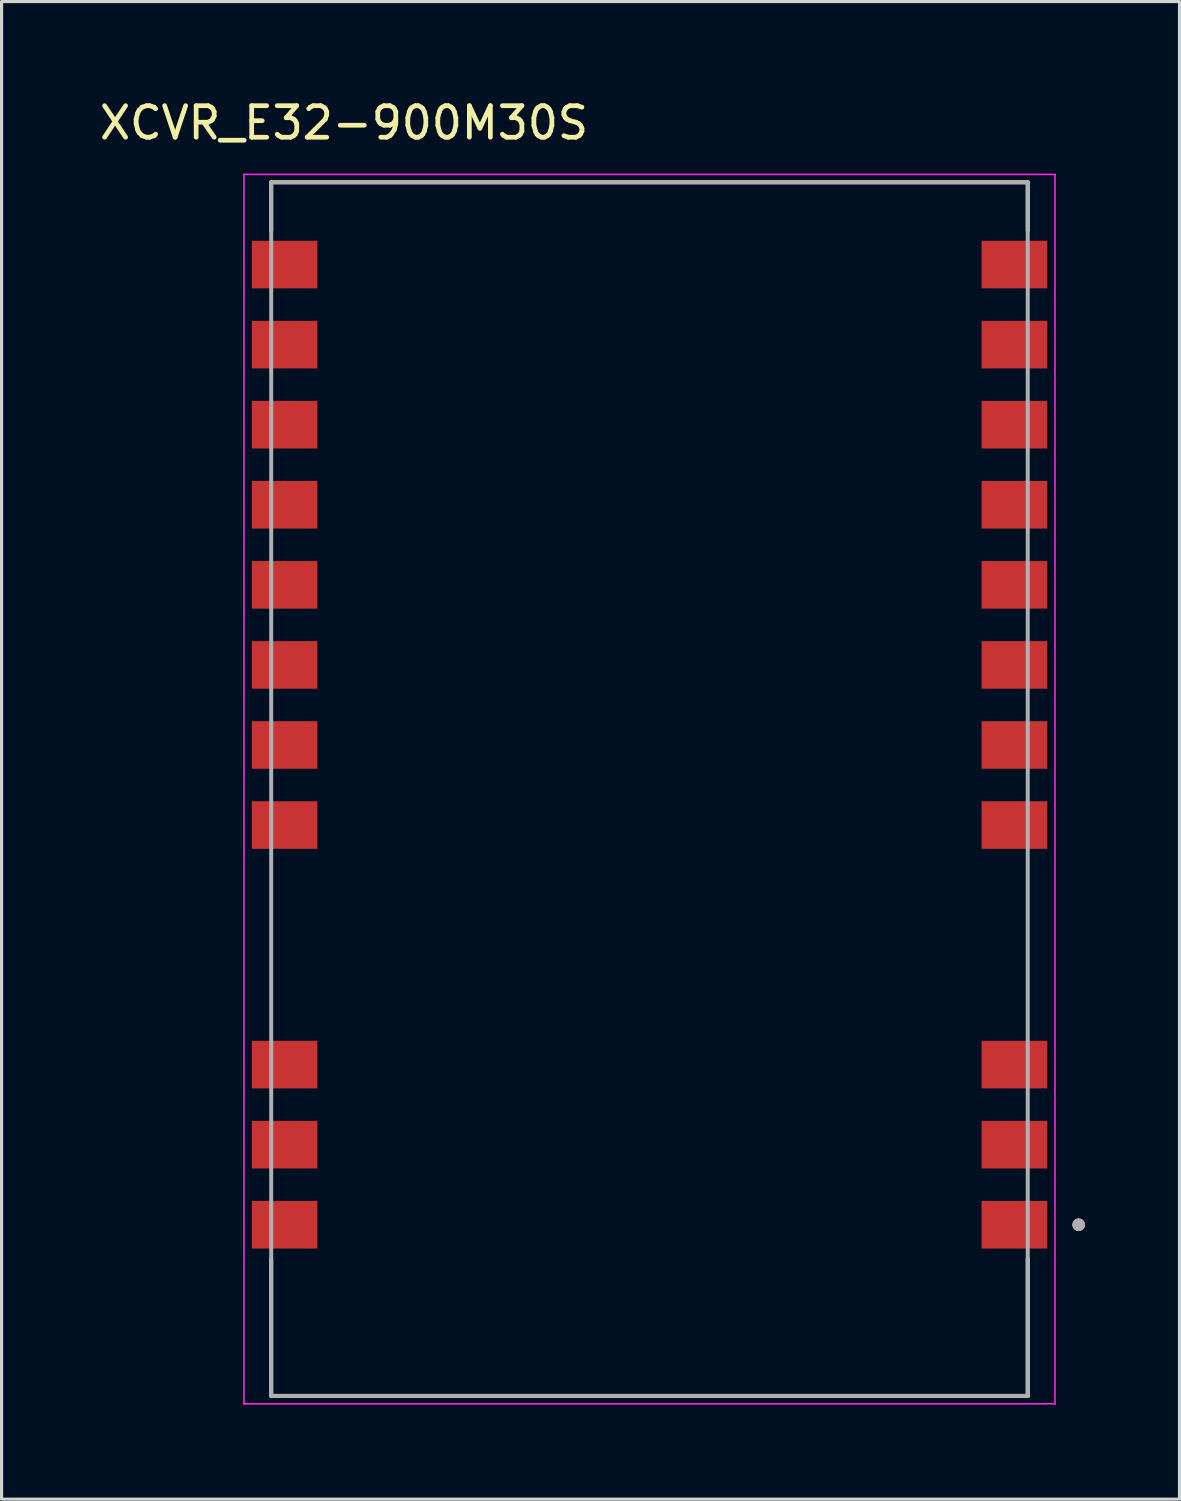
<source format=kicad_pcb>
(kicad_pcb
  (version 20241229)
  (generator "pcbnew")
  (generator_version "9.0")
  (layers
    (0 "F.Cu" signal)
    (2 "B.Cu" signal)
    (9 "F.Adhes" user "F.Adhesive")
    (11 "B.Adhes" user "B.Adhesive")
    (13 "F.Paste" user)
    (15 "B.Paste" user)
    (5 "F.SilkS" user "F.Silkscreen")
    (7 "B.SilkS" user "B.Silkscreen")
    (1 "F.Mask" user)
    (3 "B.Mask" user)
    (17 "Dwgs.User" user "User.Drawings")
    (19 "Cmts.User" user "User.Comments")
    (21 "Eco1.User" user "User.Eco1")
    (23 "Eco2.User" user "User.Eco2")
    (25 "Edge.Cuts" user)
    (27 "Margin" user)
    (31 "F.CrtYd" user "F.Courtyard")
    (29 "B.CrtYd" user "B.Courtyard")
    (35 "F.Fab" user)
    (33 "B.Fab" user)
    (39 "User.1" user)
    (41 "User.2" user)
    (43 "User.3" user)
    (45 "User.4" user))
  (footprint "XCVR_E32-900M30S"
    (layer "F.Cu")
    (at 17.553 21.983)
    (property "Reference" "XCVR_E32-900M30S" (at -9.69 -21.135 0) (layer "F.SilkS") (effects (font (size 1 1) (thickness 0.15))))
    (attr smd)
    (fp_line (start -12 -19.25) (end 12 -19.25) (stroke (width 0.127) (type solid)) (layer "F.SilkS"))
    (fp_line (start -12 -17.715) (end -12 -19.25) (stroke (width 0.127) (type solid)) (layer "F.SilkS"))
    (fp_line (start -12 19.25) (end -12 14.895) (stroke (width 0.127) (type solid)) (layer "F.SilkS"))
    (fp_line (start 12 -19.25) (end 12 -17.715) (stroke (width 0.127) (type solid)) (layer "F.SilkS"))
    (fp_line (start 12 19.25) (end -12 19.25) (stroke (width 0.127) (type solid)) (layer "F.SilkS"))
    (fp_line (start 12 19.25) (end 12 14.895) (stroke (width 0.127) (type solid)) (layer "F.SilkS"))
    (fp_circle (center 13.615 13.82) (end 13.715 13.82) (stroke (width 0.2) (type solid)) (fill no) (layer "F.SilkS"))
    (fp_line (start -12.865 -19.5) (end -12.865 19.5) (stroke (width 0.05) (type solid)) (layer "F.CrtYd"))
    (fp_line (start -12.865 19.5) (end 12.865 19.5) (stroke (width 0.05) (type solid)) (layer "F.CrtYd"))
    (fp_line (start 12.865 -19.5) (end -12.865 -19.5) (stroke (width 0.05) (type solid)) (layer "F.CrtYd"))
    (fp_line (start 12.865 19.5) (end 12.865 -19.5) (stroke (width 0.05) (type solid)) (layer "F.CrtYd"))
    (fp_line (start -12 -19.25) (end 12 -19.25) (stroke (width 0.127) (type solid)) (layer "F.Fab"))
    (fp_line (start -12 19.25) (end -12 -19.25) (stroke (width 0.127) (type solid)) (layer "F.Fab"))
    (fp_line (start 12 -19.25) (end 12 19.25) (stroke (width 0.127) (type solid)) (layer "F.Fab"))
    (fp_line (start 12 19.25) (end -12 19.25) (stroke (width 0.127) (type solid)) (layer "F.Fab"))
    (fp_circle (center 13.615 13.82) (end 13.715 13.82) (stroke (width 0.2) (type solid)) (fill no) (layer "F.Fab"))
    (pad "1" smd rect (at 11.575 13.82) (size 2.08 1.51) (layers "F.Cu" "F.Mask" "F.Paste"))
    (pad "2" smd rect (at 11.575 11.28) (size 2.08 1.51) (layers "F.Cu" "F.Mask" "F.Paste"))
    (pad "3" smd rect (at 11.575 8.74) (size 2.08 1.51) (layers "F.Cu" "F.Mask" "F.Paste"))
    (pad "4" smd rect (at 11.575 1.14) (size 2.08 1.51) (layers "F.Cu" "F.Mask" "F.Paste"))
    (pad "5" smd rect (at 11.575 -1.4) (size 2.08 1.51) (layers "F.Cu" "F.Mask" "F.Paste"))
    (pad "6" smd rect (at 11.575 -3.94) (size 2.08 1.51) (layers "F.Cu" "F.Mask" "F.Paste"))
    (pad "7" smd rect (at 11.575 -6.48) (size 2.08 1.51) (layers "F.Cu" "F.Mask" "F.Paste"))
    (pad "8" smd rect (at 11.575 -9.02) (size 2.08 1.51) (layers "F.Cu" "F.Mask" "F.Paste"))
    (pad "9" smd rect (at 11.575 -11.56) (size 2.08 1.51) (layers "F.Cu" "F.Mask" "F.Paste"))
    (pad "10" smd rect (at 11.575 -14.1) (size 2.08 1.51) (layers "F.Cu" "F.Mask" "F.Paste"))
    (pad "11" smd rect (at 11.575 -16.64) (size 2.08 1.51) (layers "F.Cu" "F.Mask" "F.Paste"))
    (pad "12" smd rect (at -11.575 -16.64) (size 2.08 1.51) (layers "F.Cu" "F.Mask" "F.Paste"))
    (pad "13" smd rect (at -11.575 -14.1) (size 2.08 1.51) (layers "F.Cu" "F.Mask" "F.Paste"))
    (pad "14" smd rect (at -11.575 -11.56) (size 2.08 1.51) (layers "F.Cu" "F.Mask" "F.Paste"))
    (pad "15" smd rect (at -11.575 -9.02) (size 2.08 1.51) (layers "F.Cu" "F.Mask" "F.Paste"))
    (pad "16" smd rect (at -11.575 -6.48) (size 2.08 1.51) (layers "F.Cu" "F.Mask" "F.Paste"))
    (pad "17" smd rect (at -11.575 -3.94) (size 2.08 1.51) (layers "F.Cu" "F.Mask" "F.Paste"))
    (pad "18" smd rect (at -11.575 -1.4) (size 2.08 1.51) (layers "F.Cu" "F.Mask" "F.Paste"))
    (pad "19" smd rect (at -11.575 1.14) (size 2.08 1.51) (layers "F.Cu" "F.Mask" "F.Paste"))
    (pad "20" smd rect (at -11.575 8.74) (size 2.08 1.51) (layers "F.Cu" "F.Mask" "F.Paste"))
    (pad "21" smd rect (at -11.575 11.28) (size 2.08 1.51) (layers "F.Cu" "F.Mask" "F.Paste"))
    (pad "22" smd rect (at -11.575 13.82) (size 2.08 1.51) (layers "F.Cu" "F.Mask" "F.Paste")))
  (gr_rect
    (start -3 -3)
    (end 34.368 44.508)
    (stroke (width 0.1) (type default))
    (fill no)
    (layer "Edge.Cuts")))
</source>
